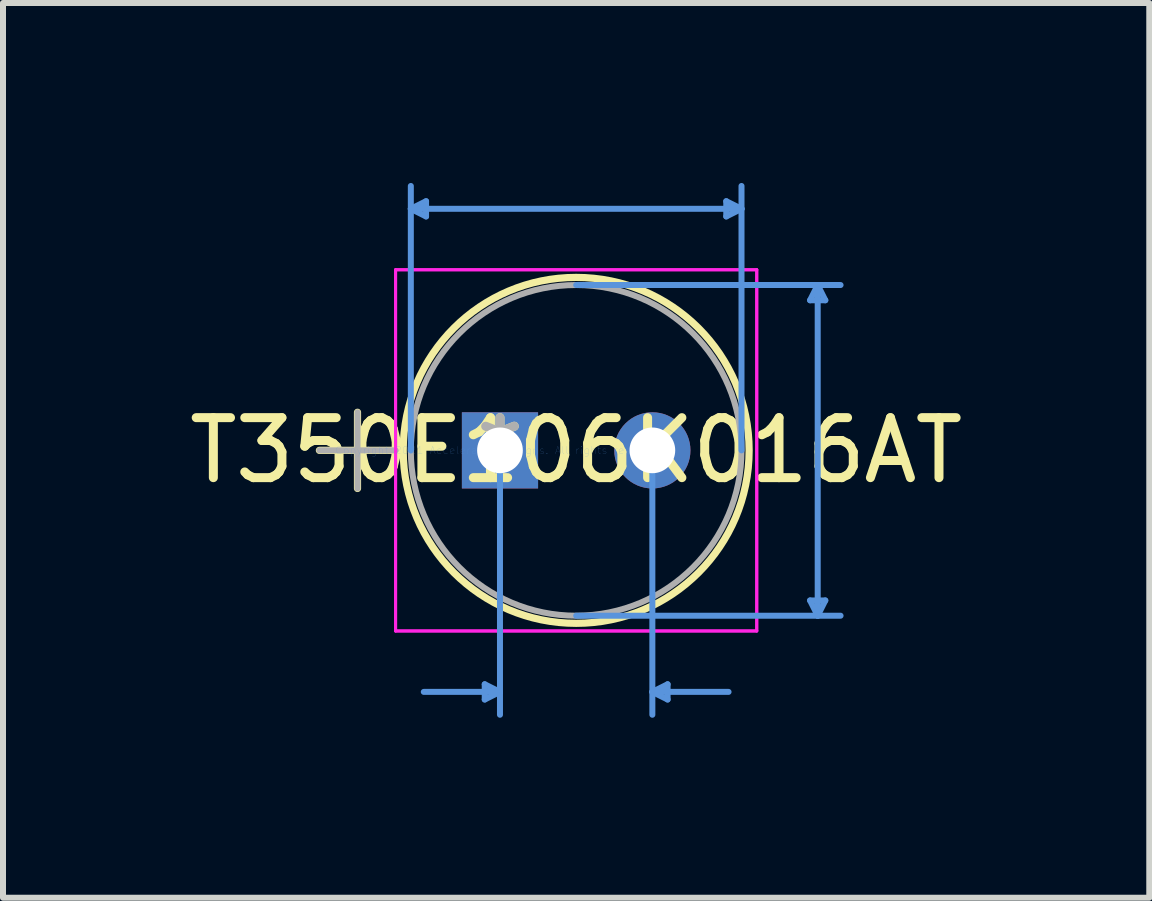
<source format=kicad_pcb>
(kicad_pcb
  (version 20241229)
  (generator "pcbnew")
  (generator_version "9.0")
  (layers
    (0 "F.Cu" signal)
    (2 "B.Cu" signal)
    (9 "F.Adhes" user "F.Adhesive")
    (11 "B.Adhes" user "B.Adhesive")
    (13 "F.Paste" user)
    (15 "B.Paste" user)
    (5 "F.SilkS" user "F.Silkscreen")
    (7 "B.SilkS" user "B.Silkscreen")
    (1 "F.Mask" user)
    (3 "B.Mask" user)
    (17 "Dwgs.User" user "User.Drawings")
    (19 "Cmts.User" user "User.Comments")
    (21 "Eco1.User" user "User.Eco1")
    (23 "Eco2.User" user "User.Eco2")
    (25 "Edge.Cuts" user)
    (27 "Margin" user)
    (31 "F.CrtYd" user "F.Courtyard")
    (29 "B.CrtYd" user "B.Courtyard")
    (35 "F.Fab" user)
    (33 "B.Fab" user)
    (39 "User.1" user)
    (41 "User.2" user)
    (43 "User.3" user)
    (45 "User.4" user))
  (footprint "T350E106K016AT"
    (layer "F.Cu")
    (at 5.284 4.457)
    (property "Reference" "T350E106K016AT" (at 1.27 0 0) (layer "F.SilkS") (effects (font (size 1 1) (thickness 0.15))))
    (attr through_hole)
    (fp_line (start -3.01 0) (end -1.74 0) (stroke (width 0.12) (type solid)) (layer "F.SilkS"))
    (fp_line (start -2.375 -0.635) (end -2.375 0.635) (stroke (width 0.12) (type solid)) (layer "F.SilkS"))
    (fp_circle (center 1.27 0) (end 4.153 0) (stroke (width 0.12) (type solid)) (fill no) (layer "F.SilkS"))
    (fp_line (start -1.486 -4.026) (end -1.232 -4.153) (stroke (width 0.1) (type solid)) (layer "Cmts.User"))
    (fp_line (start -1.486 -4.026) (end -1.232 -3.899) (stroke (width 0.1) (type solid)) (layer "Cmts.User"))
    (fp_line (start -1.486 -4.026) (end 4.026 -4.026) (stroke (width 0.1) (type solid)) (layer "Cmts.User"))
    (fp_line (start -1.486 0) (end -1.486 -4.407) (stroke (width 0.1) (type solid)) (layer "Cmts.User"))
    (fp_line (start -1.232 -4.153) (end -1.232 -3.899) (stroke (width 0.1) (type solid)) (layer "Cmts.User"))
    (fp_line (start -0.254 3.899) (end -0.254 4.153) (stroke (width 0.1) (type solid)) (layer "Cmts.User"))
    (fp_line (start 0 0) (end 0 4.407) (stroke (width 0.1) (type solid)) (layer "Cmts.User"))
    (fp_line (start 0 4.026) (end -1.27 4.026) (stroke (width 0.1) (type solid)) (layer "Cmts.User"))
    (fp_line (start 0 4.026) (end -0.254 3.899) (stroke (width 0.1) (type solid)) (layer "Cmts.User"))
    (fp_line (start 0 4.026) (end -0.254 4.153) (stroke (width 0.1) (type solid)) (layer "Cmts.User"))
    (fp_line (start 1.27 -2.756) (end 5.677 -2.756) (stroke (width 0.1) (type solid)) (layer "Cmts.User"))
    (fp_line (start 1.27 2.756) (end 5.677 2.756) (stroke (width 0.1) (type solid)) (layer "Cmts.User"))
    (fp_line (start 2.54 0) (end 2.54 4.407) (stroke (width 0.1) (type solid)) (layer "Cmts.User"))
    (fp_line (start 2.54 4.026) (end 2.794 3.899) (stroke (width 0.1) (type solid)) (layer "Cmts.User"))
    (fp_line (start 2.54 4.026) (end 2.794 4.153) (stroke (width 0.1) (type solid)) (layer "Cmts.User"))
    (fp_line (start 2.54 4.026) (end 3.81 4.026) (stroke (width 0.1) (type solid)) (layer "Cmts.User"))
    (fp_line (start 2.794 3.899) (end 2.794 4.153) (stroke (width 0.1) (type solid)) (layer "Cmts.User"))
    (fp_line (start 3.772 -4.153) (end 3.772 -3.899) (stroke (width 0.1) (type solid)) (layer "Cmts.User"))
    (fp_line (start 4.026 -4.026) (end 3.772 -4.153) (stroke (width 0.1) (type solid)) (layer "Cmts.User"))
    (fp_line (start 4.026 -4.026) (end 3.772 -3.899) (stroke (width 0.1) (type solid)) (layer "Cmts.User"))
    (fp_line (start 4.026 0) (end 4.026 -4.407) (stroke (width 0.1) (type solid)) (layer "Cmts.User"))
    (fp_line (start 5.169 -2.502) (end 5.423 -2.502) (stroke (width 0.1) (type solid)) (layer "Cmts.User"))
    (fp_line (start 5.169 2.502) (end 5.423 2.502) (stroke (width 0.1) (type solid)) (layer "Cmts.User"))
    (fp_line (start 5.296 -2.756) (end 5.169 -2.502) (stroke (width 0.1) (type solid)) (layer "Cmts.User"))
    (fp_line (start 5.296 -2.756) (end 5.296 2.756) (stroke (width 0.1) (type solid)) (layer "Cmts.User"))
    (fp_line (start 5.296 -2.756) (end 5.423 -2.502) (stroke (width 0.1) (type solid)) (layer "Cmts.User"))
    (fp_line (start 5.296 2.756) (end 5.169 2.502) (stroke (width 0.1) (type solid)) (layer "Cmts.User"))
    (fp_line (start 5.296 2.756) (end 5.423 2.502) (stroke (width 0.1) (type solid)) (layer "Cmts.User"))
    (fp_line (start -1.74 -3.01) (end 4.28 -3.01) (stroke (width 0.05) (type solid)) (layer "F.CrtYd"))
    (fp_line (start -1.74 -3.01) (end 4.28 -3.01) (stroke (width 0.05) (type solid)) (layer "F.CrtYd"))
    (fp_line (start -1.74 3.01) (end -1.74 -3.01) (stroke (width 0.05) (type solid)) (layer "F.CrtYd"))
    (fp_line (start -1.74 3.01) (end -1.74 -3.01) (stroke (width 0.05) (type solid)) (layer "F.CrtYd"))
    (fp_line (start 4.28 -3.01) (end 4.28 3.01) (stroke (width 0.05) (type solid)) (layer "F.CrtYd"))
    (fp_line (start 4.28 -3.01) (end 4.28 3.01) (stroke (width 0.05) (type solid)) (layer "F.CrtYd"))
    (fp_line (start 4.28 3.01) (end -1.74 3.01) (stroke (width 0.05) (type solid)) (layer "F.CrtYd"))
    (fp_line (start 4.28 3.01) (end -1.74 3.01) (stroke (width 0.05) (type solid)) (layer "F.CrtYd"))
    (fp_line (start -3.01 0) (end -1.74 0) (stroke (width 0.1) (type solid)) (layer "F.Fab"))
    (fp_line (start -2.375 -0.635) (end -2.375 0.635) (stroke (width 0.1) (type solid)) (layer "F.Fab"))
    (fp_circle (center 1.27 0) (end 4.026 0) (stroke (width 0.1) (type solid)) (fill no) (layer "F.Fab"))
    (fp_text user "*" (at 0 0 0) (layer "F.SilkS") (effects (font (size 1 1) (thickness 0.15))))
    (fp_text user "Copyright 2021 Accelerated Designs. All rights reserved." (at 0 0 0) (layer "Cmts.User") (effects (font (size 0.127 0.127) (thickness 0.002))))
    (fp_text user "*" (at 0 0 0) (layer "F.Fab") (effects (font (size 1 1) (thickness 0.15))))
    (pad "1" thru_hole rect (at 0 0) (size 1.27 1.27) (drill 0.762) (layers "*.Cu" "*.Mask"))
    (pad "2" thru_hole circle (at 2.54 0) (size 1.27 1.27) (drill 0.762) (layers "*.Cu" "*.Mask")))
  (gr_rect
    (start -3 -3)
    (end 16.107 11.914)
    (stroke (width 0.1) (type default))
    (fill no)
    (layer "Edge.Cuts")))
</source>
